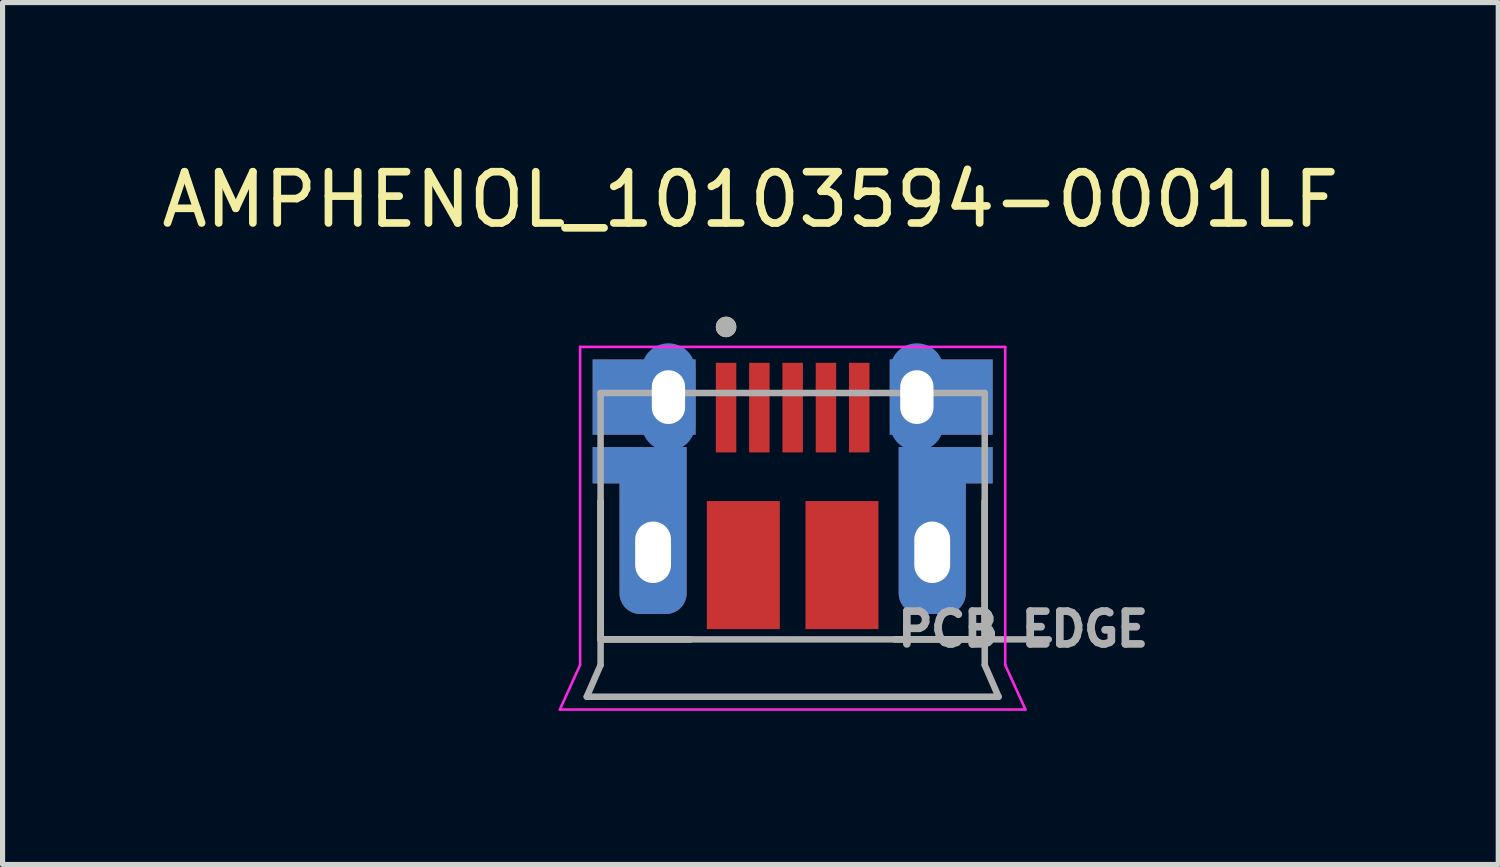
<source format=kicad_pcb>
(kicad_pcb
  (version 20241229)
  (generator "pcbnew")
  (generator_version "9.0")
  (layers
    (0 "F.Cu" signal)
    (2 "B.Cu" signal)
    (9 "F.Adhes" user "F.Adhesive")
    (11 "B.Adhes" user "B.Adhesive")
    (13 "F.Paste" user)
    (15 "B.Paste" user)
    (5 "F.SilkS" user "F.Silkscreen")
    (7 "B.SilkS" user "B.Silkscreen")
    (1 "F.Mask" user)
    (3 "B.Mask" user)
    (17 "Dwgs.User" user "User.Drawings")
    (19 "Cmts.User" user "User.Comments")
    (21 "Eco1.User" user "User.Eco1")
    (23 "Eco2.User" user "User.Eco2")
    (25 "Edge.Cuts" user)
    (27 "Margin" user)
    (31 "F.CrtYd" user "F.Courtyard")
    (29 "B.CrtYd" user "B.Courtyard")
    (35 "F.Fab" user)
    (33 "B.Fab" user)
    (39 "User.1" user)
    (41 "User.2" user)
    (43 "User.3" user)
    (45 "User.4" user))
  (footprint "AMPHENOL_10103594-0001LF"
    (layer "F.Cu")
    (at 12.426 7.733)
    (property "Reference" "AMPHENOL_10103594-0001LF" (at -0.825 -6.885 0) (layer "F.SilkS") (effects (font (size 1 1) (thickness 0.15))))
    (attr smd)
    (fp_poly (pts (xy -4 -3.86) (xy -1.8 -3.86) (xy -1.8 -2.2) (xy -4 -2.2)) (stroke (width 0.01) (type solid)) (fill yes) (layer "F.Mask"))
    (fp_poly (pts (xy 1.8 -3.86) (xy 4 -3.86) (xy 4 -2.2) (xy 1.8 -2.2)) (stroke (width 0.01) (type solid)) (fill yes) (layer "F.Mask"))
    (fp_poly (pts (xy -4 -2.15) (xy -1.975 -2.15) (xy -1.975 0.8) (xy -1.976 0.826) (xy -1.978 0.852) (xy -1.981 0.878) (xy -1.986 0.904) (xy -1.992 0.929) (xy -1.999 0.955) (xy -2.008 0.979) (xy -2.018 1.003) (xy -2.029 1.027) (xy -2.042 1.05) (xy -2.056 1.072) (xy -2.07 1.094) (xy -2.086 1.115) (xy -2.103 1.135) (xy -2.121 1.154) (xy -2.14 1.172) (xy -2.16 1.189) (xy -2.181 1.205) (xy -2.203 1.219) (xy -2.225 1.233) (xy -2.248 1.246) (xy -2.272 1.257) (xy -2.296 1.267) (xy -2.32 1.276) (xy -2.346 1.283) (xy -2.371 1.289) (xy -2.397 1.294) (xy -2.423 1.297) (xy -2.449 1.299) (xy -2.475 1.3) (xy -2.975 1.3) (xy -3.001 1.299) (xy -3.027 1.297) (xy -3.053 1.294) (xy -3.079 1.289) (xy -3.104 1.283) (xy -3.13 1.276) (xy -3.154 1.267) (xy -3.178 1.257) (xy -3.202 1.246) (xy -3.225 1.233) (xy -3.247 1.219) (xy -3.269 1.205) (xy -3.29 1.189) (xy -3.31 1.172) (xy -3.329 1.154) (xy -3.347 1.135) (xy -3.364 1.115) (xy -3.38 1.094) (xy -3.394 1.072) (xy -3.408 1.05) (xy -3.421 1.027) (xy -3.432 1.003) (xy -3.442 0.979) (xy -3.451 0.955) (xy -3.458 0.929) (xy -3.464 0.904) (xy -3.469 0.878) (xy -3.472 0.852) (xy -3.474 0.826) (xy -3.475 0.8) (xy -3.475 -1.25) (xy -4 -1.25) (xy -4 -2.15)) (stroke (width 0.01) (type solid)) (fill yes) (layer "F.Mask"))
    (fp_poly (pts (xy 4 -2.15) (xy 1.975 -2.15) (xy 1.975 0.8) (xy 1.976 0.826) (xy 1.978 0.852) (xy 1.981 0.878) (xy 1.986 0.904) (xy 1.992 0.929) (xy 1.999 0.955) (xy 2.008 0.979) (xy 2.018 1.003) (xy 2.029 1.027) (xy 2.042 1.05) (xy 2.056 1.072) (xy 2.07 1.094) (xy 2.086 1.115) (xy 2.103 1.135) (xy 2.121 1.154) (xy 2.14 1.172) (xy 2.16 1.189) (xy 2.181 1.205) (xy 2.203 1.219) (xy 2.225 1.233) (xy 2.248 1.246) (xy 2.272 1.257) (xy 2.296 1.267) (xy 2.32 1.276) (xy 2.346 1.283) (xy 2.371 1.289) (xy 2.397 1.294) (xy 2.423 1.297) (xy 2.449 1.299) (xy 2.475 1.3) (xy 2.975 1.3) (xy 3.001 1.299) (xy 3.027 1.297) (xy 3.053 1.294) (xy 3.079 1.289) (xy 3.104 1.283) (xy 3.13 1.276) (xy 3.154 1.267) (xy 3.178 1.257) (xy 3.202 1.246) (xy 3.225 1.233) (xy 3.247 1.219) (xy 3.269 1.205) (xy 3.29 1.189) (xy 3.31 1.172) (xy 3.329 1.154) (xy 3.347 1.135) (xy 3.364 1.115) (xy 3.38 1.094) (xy 3.394 1.072) (xy 3.408 1.05) (xy 3.421 1.027) (xy 3.432 1.003) (xy 3.442 0.979) (xy 3.451 0.955) (xy 3.458 0.929) (xy 3.464 0.904) (xy 3.469 0.878) (xy 3.472 0.852) (xy 3.474 0.826) (xy 3.475 0.8) (xy 3.475 -1.25) (xy 4 -1.25) (xy 4 -2.15)) (stroke (width 0.01) (type solid)) (fill yes) (layer "F.Mask"))
    (fp_line (start -3.75 -1) (end -3.75 1.7) (stroke (width 0.127) (type solid)) (layer "F.SilkS"))
    (fp_line (start -3.75 1.7) (end -1.995 1.7) (stroke (width 0.127) (type solid)) (layer "F.SilkS"))
    (fp_line (start 3.75 -1) (end 3.75 1.7) (stroke (width 0.127) (type solid)) (layer "F.SilkS"))
    (fp_line (start 3.75 1.7) (end 1.995 1.7) (stroke (width 0.127) (type solid)) (layer "F.SilkS"))
    (fp_circle (center -1.3 -4.4) (end -1.2 -4.4) (stroke (width 0.2) (type solid)) (fill no) (layer "F.SilkS"))
    (fp_line (start -4.545 3.07) (end -4.15 2.2) (stroke (width 0.05) (type solid)) (layer "F.CrtYd"))
    (fp_line (start -4.545 3.07) (end 4.545 3.07) (stroke (width 0.05) (type solid)) (layer "F.CrtYd"))
    (fp_line (start -4.15 -4.01) (end 4.15 -4.01) (stroke (width 0.05) (type solid)) (layer "F.CrtYd"))
    (fp_line (start -4.15 2.2) (end -4.15 -4.01) (stroke (width 0.05) (type solid)) (layer "F.CrtYd"))
    (fp_line (start 4.15 -4.01) (end 4.15 2.2) (stroke (width 0.05) (type solid)) (layer "F.CrtYd"))
    (fp_line (start 4.545 3.07) (end 4.15 2.2) (stroke (width 0.05) (type solid)) (layer "F.CrtYd"))
    (fp_line (start -4.02 2.82) (end -3.75 2.2) (stroke (width 0.127) (type solid)) (layer "F.Fab"))
    (fp_line (start -4.02 2.82) (end 4.02 2.82) (stroke (width 0.127) (type solid)) (layer "F.Fab"))
    (fp_line (start -3.75 -3.11) (end -3.75 1.7) (stroke (width 0.127) (type solid)) (layer "F.Fab"))
    (fp_line (start -3.75 -3.11) (end 3.75 -3.11) (stroke (width 0.127) (type solid)) (layer "F.Fab"))
    (fp_line (start -3.75 1.7) (end -3.75 2.2) (stroke (width 0.127) (type solid)) (layer "F.Fab"))
    (fp_line (start -3.75 1.7) (end 5 1.7) (stroke (width 0.127) (type solid)) (layer "F.Fab"))
    (fp_line (start 3.75 -3.11) (end 3.75 2.2) (stroke (width 0.127) (type solid)) (layer "F.Fab"))
    (fp_line (start 4.02 2.82) (end 3.75 2.2) (stroke (width 0.127) (type solid)) (layer "F.Fab"))
    (fp_circle (center -1.3 -4.4) (end -1.2 -4.4) (stroke (width 0.2) (type solid)) (fill no) (layer "F.Fab"))
    (fp_text user "PCB EDGE" (at 4.5 1.5 0) (layer "F.Fab") (effects (font (size 0.64 0.64) (thickness 0.15))))
    (pad "1" smd rect (at -1.3 -2.825) (size 0.4 1.75) (layers "F.Cu" "F.Mask" "F.Paste"))
    (pad "2" smd rect (at -0.65 -2.825) (size 0.4 1.75) (layers "F.Cu" "F.Mask" "F.Paste"))
    (pad "3" smd rect (at 0 -2.825) (size 0.4 1.75) (layers "F.Cu" "F.Mask" "F.Paste"))
    (pad "4" smd rect (at 0.65 -2.825) (size 0.4 1.75) (layers "F.Cu" "F.Mask" "F.Paste"))
    (pad "5" smd rect (at 1.3 -2.825) (size 0.4 1.75) (layers "F.Cu" "F.Mask" "F.Paste"))
    (pad "6" thru_hole custom (at -2.425 -3.03) (size 0.73 1.46) (drill oval 0.65 1.05) (layers "*.Cu") (options (anchor circle)) (primitives (gr_poly (pts (xy 0.525 0.73) (xy 0.525 -0.73) (xy -1.475 -0.73) (xy -1.475 0.73)) (width 0.01) (fill yes))))
    (pad "7" thru_hole custom (at 2.425 -3.03) (size 0.73 1.46) (drill oval 0.65 1.05) (layers "*.Cu") (options (anchor circle)) (primitives (gr_poly (pts (xy -0.525 0.73) (xy -0.525 -0.73) (xy 1.475 -0.73) (xy 1.475 0.73)) (width 0.01) (fill yes))))
    (pad "8" thru_hole custom (at -2.725 0) (size 1.2 2.4) (drill oval 0.7 1.2) (layers "*.Cu" "*.Mask") (options (anchor circle)) (primitives (gr_poly (pts (xy -1.175 -2.05) (xy -1.175 -1.35) (xy -0.65 -1.35) (xy -0.65 0.8) (xy -0.649 0.821) (xy -0.648 0.842) (xy -0.645 0.863) (xy -0.641 0.883) (xy -0.636 0.904) (xy -0.63 0.924) (xy -0.623 0.943) (xy -0.615 0.963) (xy -0.606 0.982) (xy -0.596 1) (xy -0.585 1.018) (xy -0.574 1.035) (xy -0.561 1.052) (xy -0.547 1.068) (xy -0.533 1.083) (xy -0.518 1.097) (xy -0.502 1.111) (xy -0.485 1.124) (xy -0.468 1.135) (xy -0.45 1.146) (xy -0.432 1.156) (xy -0.413 1.165) (xy -0.393 1.173) (xy -0.374 1.18) (xy -0.354 1.186) (xy -0.333 1.191) (xy -0.313 1.195) (xy -0.292 1.198) (xy -0.271 1.199) (xy -0.25 1.2) (xy 0.25 1.2) (xy 0.271 1.199) (xy 0.292 1.198) (xy 0.313 1.195) (xy 0.333 1.191) (xy 0.354 1.186) (xy 0.374 1.18) (xy 0.393 1.173) (xy 0.413 1.165) (xy 0.432 1.156) (xy 0.45 1.146) (xy 0.468 1.135) (xy 0.485 1.124) (xy 0.502 1.111) (xy 0.518 1.097) (xy 0.533 1.083) (xy 0.547 1.068) (xy 0.561 1.052) (xy 0.574 1.035) (xy 0.585 1.018) (xy 0.596 1) (xy 0.606 0.982) (xy 0.615 0.963) (xy 0.623 0.943) (xy 0.63 0.924) (xy 0.636 0.904) (xy 0.641 0.883) (xy 0.645 0.863) (xy 0.648 0.842) (xy 0.649 0.821) (xy 0.65 0.8) (xy 0.65 -2.05) (xy -1.175 -2.05)) (width 0.01) (fill yes))))
    (pad "9" thru_hole custom (at 2.725 0) (size 1.2 2.4) (drill oval 0.7 1.2) (layers "*.Cu" "*.Mask") (options (anchor circle)) (primitives (gr_poly (pts (xy 1.175 -2.05) (xy 1.175 -1.35) (xy 0.65 -1.35) (xy 0.65 0.8) (xy 0.649 0.821) (xy 0.648 0.842) (xy 0.645 0.863) (xy 0.641 0.883) (xy 0.636 0.904) (xy 0.63 0.924) (xy 0.623 0.943) (xy 0.615 0.963) (xy 0.606 0.982) (xy 0.596 1) (xy 0.585 1.018) (xy 0.574 1.035) (xy 0.561 1.052) (xy 0.547 1.068) (xy 0.533 1.083) (xy 0.518 1.097) (xy 0.502 1.111) (xy 0.485 1.124) (xy 0.468 1.135) (xy 0.45 1.146) (xy 0.432 1.156) (xy 0.413 1.165) (xy 0.393 1.173) (xy 0.374 1.18) (xy 0.354 1.186) (xy 0.333 1.191) (xy 0.313 1.195) (xy 0.292 1.198) (xy 0.271 1.199) (xy 0.25 1.2) (xy -0.25 1.2) (xy -0.271 1.199) (xy -0.292 1.198) (xy -0.313 1.195) (xy -0.333 1.191) (xy -0.354 1.186) (xy -0.374 1.18) (xy -0.393 1.173) (xy -0.413 1.165) (xy -0.432 1.156) (xy -0.45 1.146) (xy -0.468 1.135) (xy -0.485 1.124) (xy -0.502 1.111) (xy -0.518 1.097) (xy -0.533 1.083) (xy -0.547 1.068) (xy -0.561 1.052) (xy -0.574 1.035) (xy -0.585 1.018) (xy -0.596 1) (xy -0.606 0.982) (xy -0.615 0.963) (xy -0.623 0.943) (xy -0.63 0.924) (xy -0.636 0.904) (xy -0.641 0.883) (xy -0.645 0.863) (xy -0.648 0.842) (xy -0.649 0.821) (xy -0.65 0.8) (xy -0.65 -2.05) (xy 1.175 -2.05)) (width 0.01) (fill yes))))
    (pad "10" smd oval (at -2.425 -3.03) (size 1.05 2.1) (layers "B.Cu" "B.Mask"))
    (pad "11" smd oval (at 2.425 -3.03) (size 1.05 2.1) (layers "B.Cu" "B.Mask"))
    (pad "S1" smd rect (at -0.963 0.25) (size 1.425 2.5) (layers "F.Cu" "F.Mask" "F.Paste"))
    (pad "S2" smd rect (at 0.963 0.25) (size 1.425 2.5) (layers "F.Cu" "F.Mask" "F.Paste")))
  (gr_rect
    (start -3 -3)
    (end 26.202 13.828)
    (stroke (width 0.1) (type default))
    (fill no)
    (layer "Edge.Cuts")))
</source>
